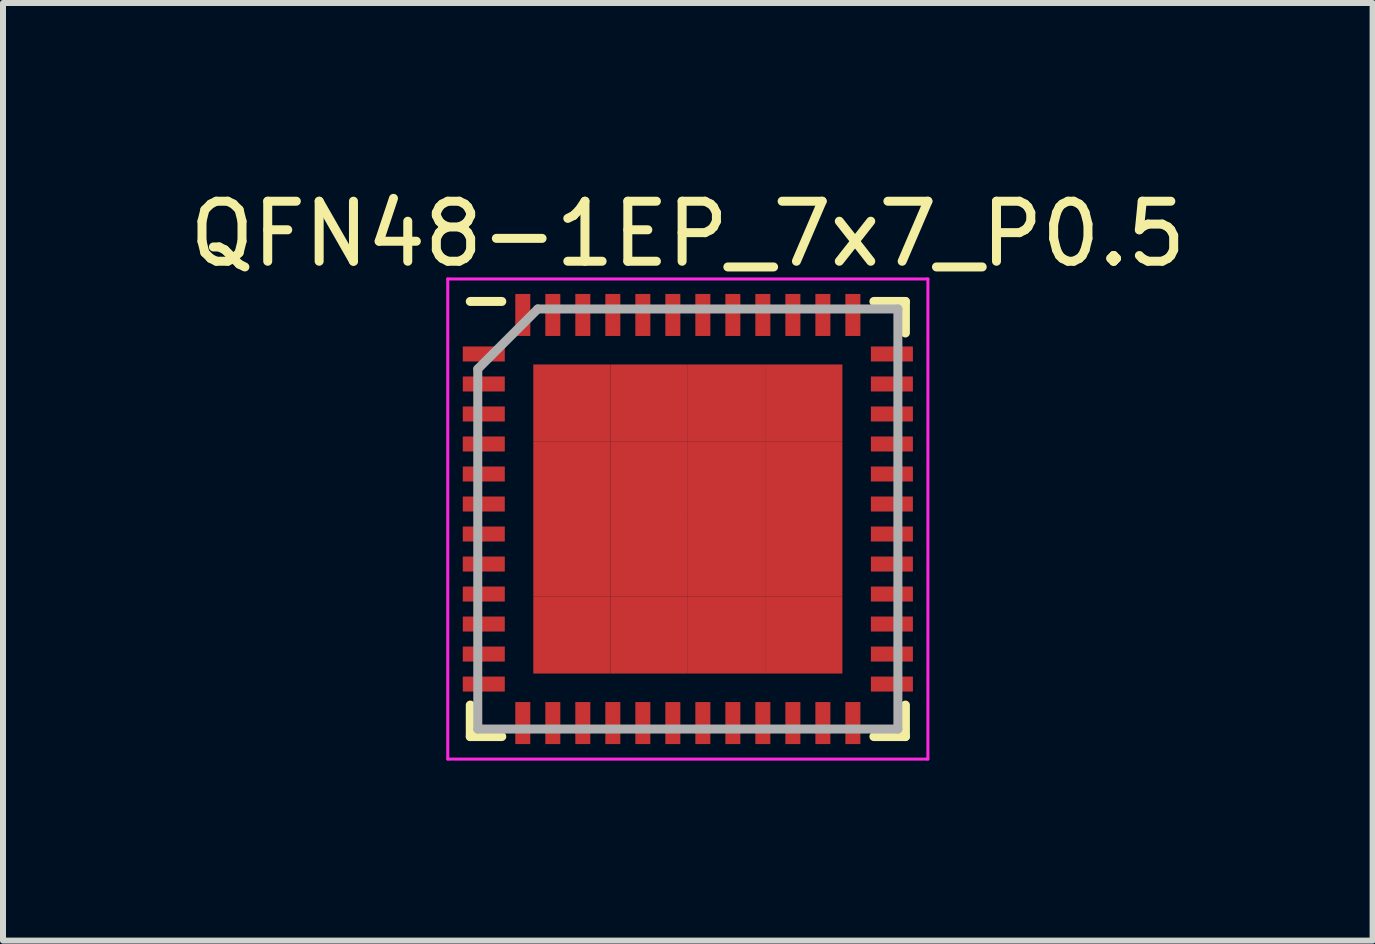
<source format=kicad_pcb>
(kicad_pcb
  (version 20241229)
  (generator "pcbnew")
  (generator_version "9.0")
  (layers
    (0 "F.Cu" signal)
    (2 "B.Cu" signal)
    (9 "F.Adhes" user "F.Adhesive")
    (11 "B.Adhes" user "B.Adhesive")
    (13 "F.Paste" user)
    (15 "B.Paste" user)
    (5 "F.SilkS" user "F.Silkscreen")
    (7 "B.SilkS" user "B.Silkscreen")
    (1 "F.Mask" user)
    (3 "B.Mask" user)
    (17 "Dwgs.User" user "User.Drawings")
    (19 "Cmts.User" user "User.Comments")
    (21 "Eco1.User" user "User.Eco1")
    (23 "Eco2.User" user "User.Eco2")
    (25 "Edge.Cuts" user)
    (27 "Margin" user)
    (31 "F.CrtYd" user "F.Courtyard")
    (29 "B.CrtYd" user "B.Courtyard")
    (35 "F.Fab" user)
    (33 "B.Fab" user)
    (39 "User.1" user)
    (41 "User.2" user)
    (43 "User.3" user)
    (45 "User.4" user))
  (footprint "QFN48-1EP_7x7_P0.5"
    (layer "F.Cu")
    (at 8.411 5.598)
    (property "Reference" "QFN48-1EP_7x7_P0.5" (at 0 -4.75 0) (layer "F.SilkS") (effects (font (size 1 1) (thickness 0.15))))
    (attr smd)
    (fp_line (start -3.625 -3.625) (end -3.1 -3.625) (stroke (width 0.15) (type solid)) (layer "F.SilkS"))
    (fp_line (start -3.625 3.625) (end -3.625 3.1) (stroke (width 0.15) (type solid)) (layer "F.SilkS"))
    (fp_line (start -3.625 3.625) (end -3.1 3.625) (stroke (width 0.15) (type solid)) (layer "F.SilkS"))
    (fp_line (start 3.625 -3.625) (end 3.1 -3.625) (stroke (width 0.15) (type solid)) (layer "F.SilkS"))
    (fp_line (start 3.625 -3.625) (end 3.625 -3.1) (stroke (width 0.15) (type solid)) (layer "F.SilkS"))
    (fp_line (start 3.625 3.625) (end 3.1 3.625) (stroke (width 0.15) (type solid)) (layer "F.SilkS"))
    (fp_line (start 3.625 3.625) (end 3.625 3.1) (stroke (width 0.15) (type solid)) (layer "F.SilkS"))
    (fp_line (start -4 -4) (end -4 4) (stroke (width 0.05) (type solid)) (layer "F.CrtYd"))
    (fp_line (start -4 -4) (end 4 -4) (stroke (width 0.05) (type solid)) (layer "F.CrtYd"))
    (fp_line (start -4 4) (end 4 4) (stroke (width 0.05) (type solid)) (layer "F.CrtYd"))
    (fp_line (start 4 -4) (end 4 4) (stroke (width 0.05) (type solid)) (layer "F.CrtYd"))
    (fp_line (start -3.5 -2.5) (end -2.5 -3.5) (stroke (width 0.15) (type solid)) (layer "F.Fab"))
    (fp_line (start -3.5 3.5) (end -3.5 -2.5) (stroke (width 0.15) (type solid)) (layer "F.Fab"))
    (fp_line (start -2.5 -3.5) (end 3.5 -3.5) (stroke (width 0.15) (type solid)) (layer "F.Fab"))
    (fp_line (start 3.5 -3.5) (end 3.5 3.5) (stroke (width 0.15) (type solid)) (layer "F.Fab"))
    (fp_line (start 3.5 3.5) (end -3.5 3.5) (stroke (width 0.15) (type solid)) (layer "F.Fab"))
    (pad "1" smd rect (at -3.4 -2.75) (size 0.7 0.25) (layers "F.Cu" "F.Mask" "F.Paste"))
    (pad "2" smd rect (at -3.4 -2.25) (size 0.7 0.25) (layers "F.Cu" "F.Mask" "F.Paste"))
    (pad "3" smd rect (at -3.4 -1.75) (size 0.7 0.25) (layers "F.Cu" "F.Mask" "F.Paste"))
    (pad "4" smd rect (at -3.4 -1.25) (size 0.7 0.25) (layers "F.Cu" "F.Mask" "F.Paste"))
    (pad "5" smd rect (at -3.4 -0.75) (size 0.7 0.25) (layers "F.Cu" "F.Mask" "F.Paste"))
    (pad "6" smd rect (at -3.4 -0.25) (size 0.7 0.25) (layers "F.Cu" "F.Mask" "F.Paste"))
    (pad "7" smd rect (at -3.4 0.25) (size 0.7 0.25) (layers "F.Cu" "F.Mask" "F.Paste"))
    (pad "8" smd rect (at -3.4 0.75) (size 0.7 0.25) (layers "F.Cu" "F.Mask" "F.Paste"))
    (pad "9" smd rect (at -3.4 1.25) (size 0.7 0.25) (layers "F.Cu" "F.Mask" "F.Paste"))
    (pad "10" smd rect (at -3.4 1.75) (size 0.7 0.25) (layers "F.Cu" "F.Mask" "F.Paste"))
    (pad "11" smd rect (at -3.4 2.25) (size 0.7 0.25) (layers "F.Cu" "F.Mask" "F.Paste"))
    (pad "12" smd rect (at -3.4 2.75) (size 0.7 0.25) (layers "F.Cu" "F.Mask" "F.Paste"))
    (pad "13" smd rect (at -2.75 3.4 90) (size 0.7 0.25) (layers "F.Cu" "F.Mask" "F.Paste"))
    (pad "14" smd rect (at -2.25 3.4 90) (size 0.7 0.25) (layers "F.Cu" "F.Mask" "F.Paste"))
    (pad "15" smd rect (at -1.75 3.4 90) (size 0.7 0.25) (layers "F.Cu" "F.Mask" "F.Paste"))
    (pad "16" smd rect (at -1.25 3.4 90) (size 0.7 0.25) (layers "F.Cu" "F.Mask" "F.Paste"))
    (pad "17" smd rect (at -0.75 3.4 90) (size 0.7 0.25) (layers "F.Cu" "F.Mask" "F.Paste"))
    (pad "18" smd rect (at -0.25 3.4 90) (size 0.7 0.25) (layers "F.Cu" "F.Mask" "F.Paste"))
    (pad "19" smd rect (at 0.25 3.4 90) (size 0.7 0.25) (layers "F.Cu" "F.Mask" "F.Paste"))
    (pad "20" smd rect (at 0.75 3.4 90) (size 0.7 0.25) (layers "F.Cu" "F.Mask" "F.Paste"))
    (pad "21" smd rect (at 1.25 3.4 90) (size 0.7 0.25) (layers "F.Cu" "F.Mask" "F.Paste"))
    (pad "22" smd rect (at 1.75 3.4 90) (size 0.7 0.25) (layers "F.Cu" "F.Mask" "F.Paste"))
    (pad "23" smd rect (at 2.25 3.4 90) (size 0.7 0.25) (layers "F.Cu" "F.Mask" "F.Paste"))
    (pad "24" smd rect (at 2.75 3.4 90) (size 0.7 0.25) (layers "F.Cu" "F.Mask" "F.Paste"))
    (pad "25" smd rect (at 3.4 2.75) (size 0.7 0.25) (layers "F.Cu" "F.Mask" "F.Paste"))
    (pad "26" smd rect (at 3.4 2.25) (size 0.7 0.25) (layers "F.Cu" "F.Mask" "F.Paste"))
    (pad "27" smd rect (at 3.4 1.75) (size 0.7 0.25) (layers "F.Cu" "F.Mask" "F.Paste"))
    (pad "28" smd rect (at 3.4 1.25) (size 0.7 0.25) (layers "F.Cu" "F.Mask" "F.Paste"))
    (pad "29" smd rect (at 3.4 0.75) (size 0.7 0.25) (layers "F.Cu" "F.Mask" "F.Paste"))
    (pad "30" smd rect (at 3.4 0.25) (size 0.7 0.25) (layers "F.Cu" "F.Mask" "F.Paste"))
    (pad "31" smd rect (at 3.4 -0.25) (size 0.7 0.25) (layers "F.Cu" "F.Mask" "F.Paste"))
    (pad "32" smd rect (at 3.4 -0.75) (size 0.7 0.25) (layers "F.Cu" "F.Mask" "F.Paste"))
    (pad "33" smd rect (at 3.4 -1.25) (size 0.7 0.25) (layers "F.Cu" "F.Mask" "F.Paste"))
    (pad "34" smd rect (at 3.4 -1.75) (size 0.7 0.25) (layers "F.Cu" "F.Mask" "F.Paste"))
    (pad "35" smd rect (at 3.4 -2.25) (size 0.7 0.25) (layers "F.Cu" "F.Mask" "F.Paste"))
    (pad "36" smd rect (at 3.4 -2.75) (size 0.7 0.25) (layers "F.Cu" "F.Mask" "F.Paste"))
    (pad "37" smd rect (at 2.75 -3.4 90) (size 0.7 0.25) (layers "F.Cu" "F.Mask" "F.Paste"))
    (pad "38" smd rect (at 2.25 -3.4 90) (size 0.7 0.25) (layers "F.Cu" "F.Mask" "F.Paste"))
    (pad "39" smd rect (at 1.75 -3.4 90) (size 0.7 0.25) (layers "F.Cu" "F.Mask" "F.Paste"))
    (pad "40" smd rect (at 1.25 -3.4 90) (size 0.7 0.25) (layers "F.Cu" "F.Mask" "F.Paste"))
    (pad "41" smd rect (at 0.75 -3.4 90) (size 0.7 0.25) (layers "F.Cu" "F.Mask" "F.Paste"))
    (pad "42" smd rect (at 0.25 -3.4 90) (size 0.7 0.25) (layers "F.Cu" "F.Mask" "F.Paste"))
    (pad "43" smd rect (at -0.25 -3.4 90) (size 0.7 0.25) (layers "F.Cu" "F.Mask" "F.Paste"))
    (pad "44" smd rect (at -0.75 -3.4 90) (size 0.7 0.25) (layers "F.Cu" "F.Mask" "F.Paste"))
    (pad "45" smd rect (at -1.25 -3.4 90) (size 0.7 0.25) (layers "F.Cu" "F.Mask" "F.Paste"))
    (pad "46" smd rect (at -1.75 -3.4 90) (size 0.7 0.25) (layers "F.Cu" "F.Mask" "F.Paste"))
    (pad "47" smd rect (at -2.25 -3.4 90) (size 0.7 0.25) (layers "F.Cu" "F.Mask" "F.Paste"))
    (pad "48" smd rect (at -2.75 -3.4 90) (size 0.7 0.25) (layers "F.Cu" "F.Mask" "F.Paste"))
    (pad "49" smd rect (at -1.931 -1.931) (size 1.288 1.288) (layers "F.Cu" "F.Mask" "F.Paste"))
    (pad "49" smd rect (at -1.931 -0.644) (size 1.288 1.288) (layers "F.Cu" "F.Mask" "F.Paste"))
    (pad "49" smd rect (at -1.931 0.644) (size 1.288 1.288) (layers "F.Cu" "F.Mask" "F.Paste"))
    (pad "49" smd rect (at -1.931 1.931) (size 1.288 1.288) (layers "F.Cu" "F.Mask" "F.Paste"))
    (pad "49" smd rect (at -0.644 -1.931) (size 1.288 1.288) (layers "F.Cu" "F.Mask" "F.Paste"))
    (pad "49" smd rect (at -0.644 -0.644) (size 1.288 1.288) (layers "F.Cu" "F.Mask" "F.Paste"))
    (pad "49" smd rect (at -0.644 0.644) (size 1.288 1.288) (layers "F.Cu" "F.Mask" "F.Paste"))
    (pad "49" smd rect (at -0.644 1.931) (size 1.288 1.288) (layers "F.Cu" "F.Mask" "F.Paste"))
    (pad "49" smd rect (at 0.644 -1.931) (size 1.288 1.288) (layers "F.Cu" "F.Mask" "F.Paste"))
    (pad "49" smd rect (at 0.644 -0.644) (size 1.288 1.288) (layers "F.Cu" "F.Mask" "F.Paste"))
    (pad "49" smd rect (at 0.644 0.644) (size 1.288 1.288) (layers "F.Cu" "F.Mask" "F.Paste"))
    (pad "49" smd rect (at 0.644 1.931) (size 1.288 1.288) (layers "F.Cu" "F.Mask" "F.Paste"))
    (pad "49" smd rect (at 1.931 -1.931) (size 1.288 1.288) (layers "F.Cu" "F.Mask" "F.Paste"))
    (pad "49" smd rect (at 1.931 -0.644) (size 1.288 1.288) (layers "F.Cu" "F.Mask" "F.Paste"))
    (pad "49" smd rect (at 1.931 0.644) (size 1.288 1.288) (layers "F.Cu" "F.Mask" "F.Paste"))
    (pad "49" smd rect (at 1.931 1.931) (size 1.288 1.288) (layers "F.Cu" "F.Mask" "F.Paste")))
  (gr_rect
    (start -3 -3)
    (end 19.821 12.623)
    (stroke (width 0.1) (type default))
    (fill no)
    (layer "Edge.Cuts")))
</source>
